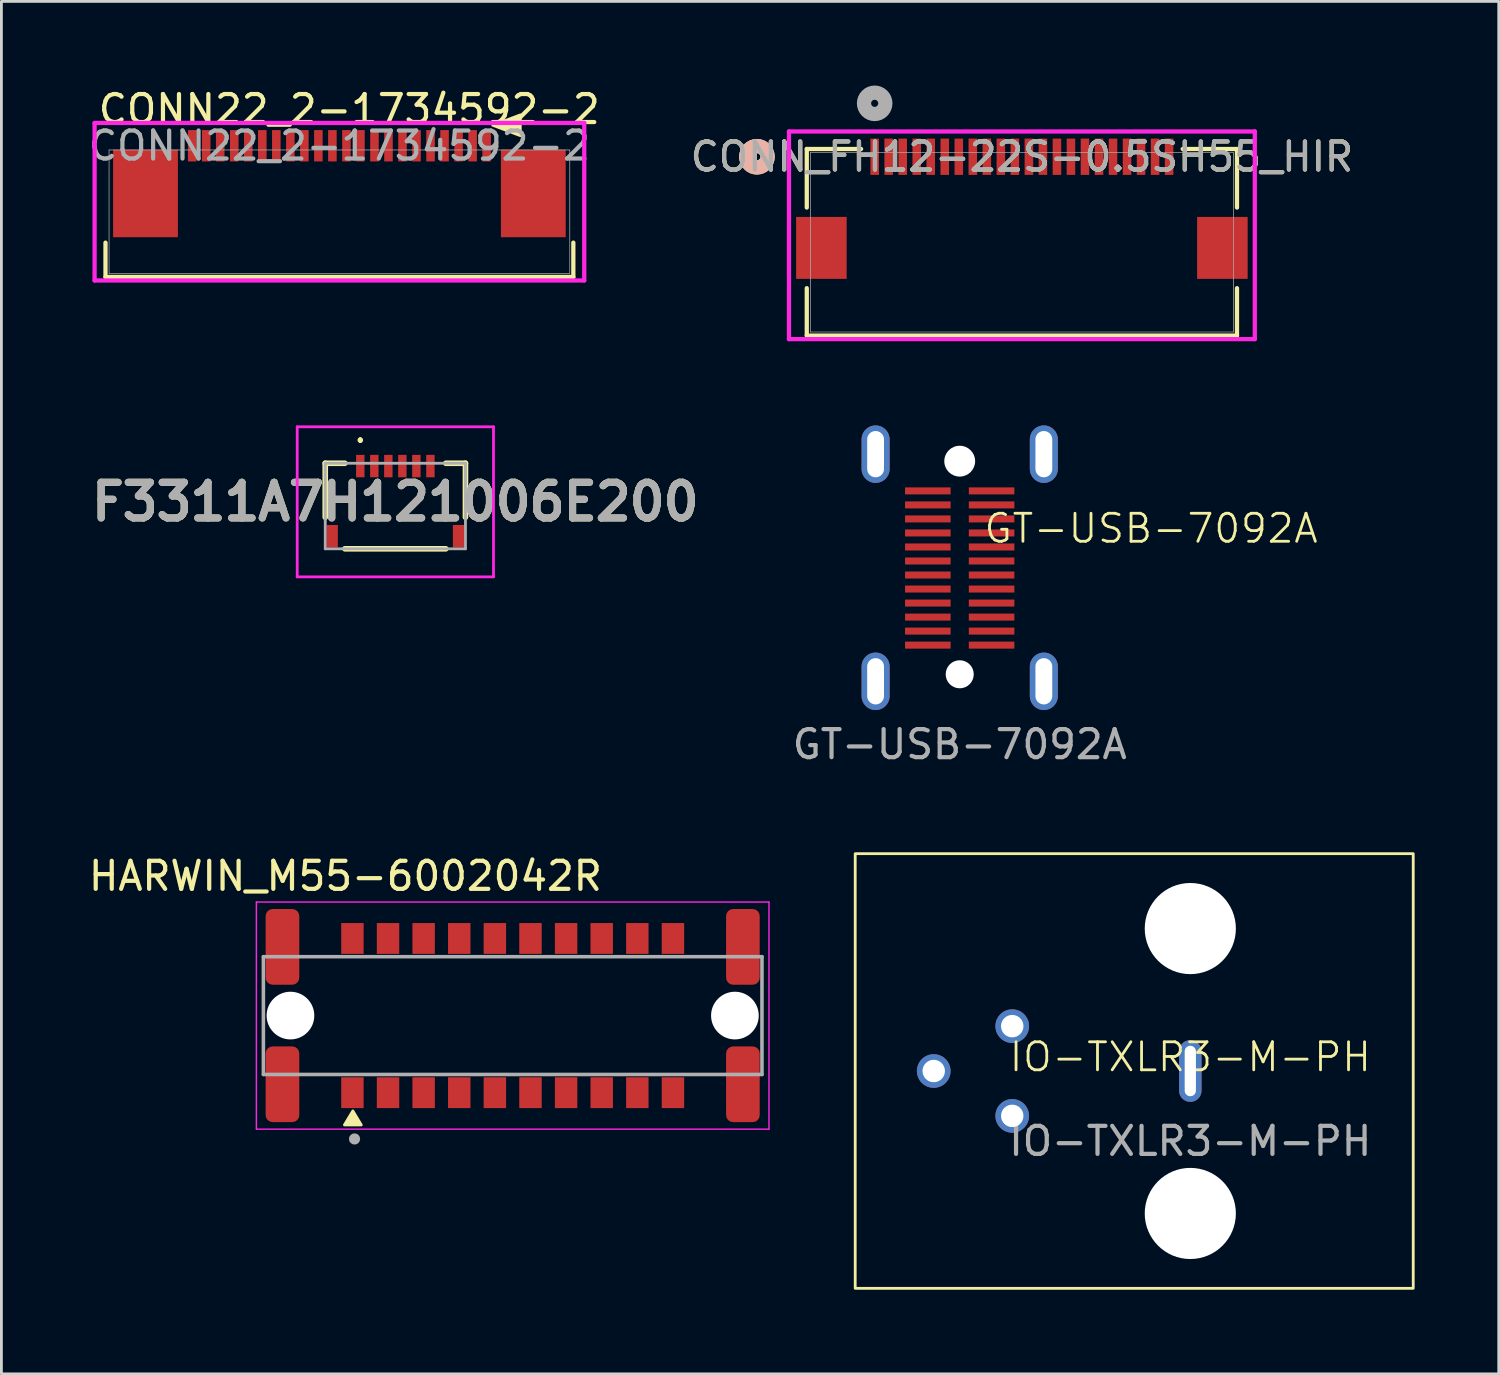
<source format=kicad_pcb>
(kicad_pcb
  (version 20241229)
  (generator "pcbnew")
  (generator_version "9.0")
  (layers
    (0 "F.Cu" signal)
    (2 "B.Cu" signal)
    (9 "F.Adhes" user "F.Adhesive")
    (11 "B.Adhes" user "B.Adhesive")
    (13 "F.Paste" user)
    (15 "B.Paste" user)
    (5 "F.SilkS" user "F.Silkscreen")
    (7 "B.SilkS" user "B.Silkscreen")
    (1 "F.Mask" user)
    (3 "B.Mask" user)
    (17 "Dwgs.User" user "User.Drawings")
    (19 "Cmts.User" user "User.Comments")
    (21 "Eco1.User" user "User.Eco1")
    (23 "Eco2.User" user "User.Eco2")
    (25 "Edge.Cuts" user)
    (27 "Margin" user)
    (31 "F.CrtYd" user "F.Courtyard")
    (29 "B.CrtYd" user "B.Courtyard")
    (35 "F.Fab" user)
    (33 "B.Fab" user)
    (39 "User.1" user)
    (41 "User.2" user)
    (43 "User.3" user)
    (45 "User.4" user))
  (footprint "HARWIN_M55-6002042R"
    (layer "F.Cu")
    (at 15.233 33.167)
    (property "Reference" "HARWIN_M55-6002042R" (at -5.965 -4.975 0) (layer "F.SilkS") (effects (font (size 1 1) (thickness 0.15))))
    (attr smd)
    (fp_poly (pts (xy -5.7 3.4) (xy -6 3.9) (xy -5.4 3.9)) (stroke (width 0.1) (type solid)) (fill yes) (layer "F.SilkS"))
    (fp_line (start -9.14 -4.05) (end -9.14 4.05) (stroke (width 0.05) (type solid)) (layer "F.CrtYd"))
    (fp_line (start -9.14 4.05) (end 9.14 4.05) (stroke (width 0.05) (type solid)) (layer "F.CrtYd"))
    (fp_line (start 9.14 -4.05) (end -9.14 -4.05) (stroke (width 0.05) (type solid)) (layer "F.CrtYd"))
    (fp_line (start 9.14 4.05) (end 9.14 -4.05) (stroke (width 0.05) (type solid)) (layer "F.CrtYd"))
    (fp_line (start -8.89 -2.1) (end -8.89 2.1) (stroke (width 0.127) (type solid)) (layer "F.Fab"))
    (fp_line (start -8.89 2.1) (end 8.89 2.1) (stroke (width 0.127) (type solid)) (layer "F.Fab"))
    (fp_line (start 8.89 -2.1) (end -8.89 -2.1) (stroke (width 0.127) (type solid)) (layer "F.Fab"))
    (fp_line (start 8.89 2.1) (end 8.89 -2.1) (stroke (width 0.127) (type solid)) (layer "F.Fab"))
    (fp_circle (center -5.64 4.4) (end -5.54 4.4) (stroke (width 0.2) (type solid)) (fill no) (layer "F.Fab"))
    (pad "" np_thru_hole circle (at -7.925 0) (size 1.7 1.7) (drill 1.7) (layers "*.Cu" "*.Mask"))
    (pad "" np_thru_hole circle (at 7.925 0) (size 1.7 1.7) (drill 1.7) (layers "*.Cu" "*.Mask"))
    (pad "A1" smd rect (at -5.715 2.75) (size 0.8 1.1) (layers "F.Cu" "F.Mask" "F.Paste"))
    (pad "A2" smd rect (at -4.445 2.75) (size 0.8 1.1) (layers "F.Cu" "F.Mask" "F.Paste"))
    (pad "A3" smd rect (at -3.175 2.75) (size 0.8 1.1) (layers "F.Cu" "F.Mask" "F.Paste"))
    (pad "A4" smd rect (at -1.905 2.75) (size 0.8 1.1) (layers "F.Cu" "F.Mask" "F.Paste"))
    (pad "A5" smd rect (at -0.635 2.75) (size 0.8 1.1) (layers "F.Cu" "F.Mask" "F.Paste"))
    (pad "A6" smd rect (at 0.635 2.75) (size 0.8 1.1) (layers "F.Cu" "F.Mask" "F.Paste"))
    (pad "A7" smd rect (at 1.905 2.75) (size 0.8 1.1) (layers "F.Cu" "F.Mask" "F.Paste"))
    (pad "A8" smd rect (at 3.175 2.75) (size 0.8 1.1) (layers "F.Cu" "F.Mask" "F.Paste"))
    (pad "A9" smd rect (at 4.445 2.75) (size 0.8 1.1) (layers "F.Cu" "F.Mask" "F.Paste"))
    (pad "A10" smd rect (at 5.715 2.75) (size 0.8 1.1) (layers "F.Cu" "F.Mask" "F.Paste"))
    (pad "B1" smd rect (at -5.715 -2.75) (size 0.8 1.1) (layers "F.Cu" "F.Mask" "F.Paste"))
    (pad "B2" smd rect (at -4.445 -2.75) (size 0.8 1.1) (layers "F.Cu" "F.Mask" "F.Paste"))
    (pad "B3" smd rect (at -3.175 -2.75) (size 0.8 1.1) (layers "F.Cu" "F.Mask" "F.Paste"))
    (pad "B4" smd rect (at -1.905 -2.75) (size 0.8 1.1) (layers "F.Cu" "F.Mask" "F.Paste"))
    (pad "B5" smd rect (at -0.635 -2.75) (size 0.8 1.1) (layers "F.Cu" "F.Mask" "F.Paste"))
    (pad "B6" smd rect (at 0.635 -2.75) (size 0.8 1.1) (layers "F.Cu" "F.Mask" "F.Paste"))
    (pad "B7" smd rect (at 1.905 -2.75) (size 0.8 1.1) (layers "F.Cu" "F.Mask" "F.Paste"))
    (pad "B8" smd rect (at 3.175 -2.75) (size 0.8 1.1) (layers "F.Cu" "F.Mask" "F.Paste"))
    (pad "B9" smd rect (at 4.445 -2.75) (size 0.8 1.1) (layers "F.Cu" "F.Mask" "F.Paste"))
    (pad "B10" smd rect (at 5.715 -2.75) (size 0.8 1.1) (layers "F.Cu" "F.Mask" "F.Paste"))
    (pad "MP1" smd roundrect (at -8.21 2.45) (size 1.2 2.7) (layers "F.Cu" "F.Mask" "F.Paste") (roundrect_rratio 0.208))
    (pad "MP2" smd roundrect (at -8.21 -2.45) (size 1.2 2.7) (layers "F.Cu" "F.Mask" "F.Paste") (roundrect_rratio 0.208))
    (pad "MP3" smd roundrect (at 8.21 2.45) (size 1.2 2.7) (layers "F.Cu" "F.Mask" "F.Paste") (roundrect_rratio 0.208))
    (pad "MP4" smd roundrect (at 8.21 -2.45) (size 1.2 2.7) (layers "F.Cu" "F.Mask" "F.Paste") (roundrect_rratio 0.208)))
  (footprint "CONN_FH12-22S-0.5SH55_HIR"
    (layer "F.Cu")
    (at 33.392 5.59)
    (property "Reference" "CONN_FH12-22S-0.5SH55_HIR" (at 0 -3.05 0) (unlocked yes) (layer "F.SilkS") (effects (font (size 1 1) (thickness 0.15))))
    (attr smd)
    (fp_line (start -7.671 -3.327) (end -7.671 -1.238) (stroke (width 0.152) (type solid)) (layer "F.SilkS"))
    (fp_line (start -7.671 1.637) (end -7.671 3.327) (stroke (width 0.152) (type solid)) (layer "F.SilkS"))
    (fp_line (start -7.671 3.327) (end 7.671 3.327) (stroke (width 0.152) (type solid)) (layer "F.SilkS"))
    (fp_line (start -5.735 -3.327) (end -7.671 -3.327) (stroke (width 0.152) (type solid)) (layer "F.SilkS"))
    (fp_line (start 7.671 -3.327) (end 5.735 -3.327) (stroke (width 0.152) (type solid)) (layer "F.SilkS"))
    (fp_line (start 7.671 -1.238) (end 7.671 -3.327) (stroke (width 0.152) (type solid)) (layer "F.SilkS"))
    (fp_line (start 7.671 3.327) (end 7.671 1.637) (stroke (width 0.152) (type solid)) (layer "F.SilkS"))
    (fp_circle (center -9.449 -3.05) (end -9.068 -3.05) (stroke (width 0.508) (type solid)) (fill no) (layer "F.SilkS"))
    (fp_circle (center -9.449 -3.05) (end -9.068 -3.05) (stroke (width 0.508) (type solid)) (fill no) (layer "B.SilkS"))
    (fp_line (start -8.306 -3.952) (end -8.306 3.454) (stroke (width 0.152) (type solid)) (layer "F.CrtYd"))
    (fp_line (start -8.306 3.454) (end 8.306 3.454) (stroke (width 0.152) (type solid)) (layer "F.CrtYd"))
    (fp_line (start 8.306 -3.952) (end -8.306 -3.952) (stroke (width 0.152) (type solid)) (layer "F.CrtYd"))
    (fp_line (start 8.306 3.454) (end 8.306 -3.952) (stroke (width 0.152) (type solid)) (layer "F.CrtYd"))
    (fp_line (start -7.544 -3.2) (end -7.544 3.2) (stroke (width 0.025) (type solid)) (layer "F.Fab"))
    (fp_line (start -7.544 3.2) (end 7.544 3.2) (stroke (width 0.025) (type solid)) (layer "F.Fab"))
    (fp_line (start 7.544 -3.2) (end -7.544 -3.2) (stroke (width 0.025) (type solid)) (layer "F.Fab"))
    (fp_line (start 7.544 3.2) (end 7.544 -3.2) (stroke (width 0.025) (type solid)) (layer "F.Fab"))
    (fp_circle (center -5.25 -4.955) (end -4.869 -4.955) (stroke (width 0.508) (type solid)) (fill no) (layer "F.Fab"))
    (fp_text user "${REFERENCE}" (at 0 -3.05 0) (unlocked yes) (layer "F.Fab") (effects (font (size 1 1) (thickness 0.15))))
    (pad "1" smd rect (at -5.25 -3.05) (size 0.305 1.295) (layers "F.Cu" "F.Mask" "F.Paste"))
    (pad "2" smd rect (at -4.75 -3.05) (size 0.305 1.295) (layers "F.Cu" "F.Mask" "F.Paste"))
    (pad "3" smd rect (at -4.25 -3.05) (size 0.305 1.295) (layers "F.Cu" "F.Mask" "F.Paste"))
    (pad "4" smd rect (at -3.75 -3.05) (size 0.305 1.295) (layers "F.Cu" "F.Mask" "F.Paste"))
    (pad "5" smd rect (at -3.25 -3.05) (size 0.305 1.295) (layers "F.Cu" "F.Mask" "F.Paste"))
    (pad "6" smd rect (at -2.75 -3.05) (size 0.305 1.295) (layers "F.Cu" "F.Mask" "F.Paste"))
    (pad "7" smd rect (at -2.25 -3.05) (size 0.305 1.295) (layers "F.Cu" "F.Mask" "F.Paste"))
    (pad "8" smd rect (at -1.75 -3.05) (size 0.305 1.295) (layers "F.Cu" "F.Mask" "F.Paste"))
    (pad "9" smd rect (at -1.25 -3.05) (size 0.305 1.295) (layers "F.Cu" "F.Mask" "F.Paste"))
    (pad "10" smd rect (at -0.75 -3.05) (size 0.305 1.295) (layers "F.Cu" "F.Mask" "F.Paste"))
    (pad "11" smd rect (at -0.25 -3.05) (size 0.305 1.295) (layers "F.Cu" "F.Mask" "F.Paste"))
    (pad "12" smd rect (at 0.25 -3.05) (size 0.305 1.295) (layers "F.Cu" "F.Mask" "F.Paste"))
    (pad "13" smd rect (at 0.75 -3.05) (size 0.305 1.295) (layers "F.Cu" "F.Mask" "F.Paste"))
    (pad "14" smd rect (at 1.25 -3.05) (size 0.305 1.295) (layers "F.Cu" "F.Mask" "F.Paste"))
    (pad "15" smd rect (at 1.75 -3.05) (size 0.305 1.295) (layers "F.Cu" "F.Mask" "F.Paste"))
    (pad "16" smd rect (at 2.25 -3.05) (size 0.305 1.295) (layers "F.Cu" "F.Mask" "F.Paste"))
    (pad "17" smd rect (at 2.75 -3.05) (size 0.305 1.295) (layers "F.Cu" "F.Mask" "F.Paste"))
    (pad "18" smd rect (at 3.25 -3.05) (size 0.305 1.295) (layers "F.Cu" "F.Mask" "F.Paste"))
    (pad "19" smd rect (at 3.75 -3.05) (size 0.305 1.295) (layers "F.Cu" "F.Mask" "F.Paste"))
    (pad "20" smd rect (at 4.25 -3.05) (size 0.305 1.295) (layers "F.Cu" "F.Mask" "F.Paste"))
    (pad "21" smd rect (at 4.75 -3.05) (size 0.305 1.295) (layers "F.Cu" "F.Mask" "F.Paste"))
    (pad "22" smd rect (at 5.25 -3.05) (size 0.305 1.295) (layers "F.Cu" "F.Mask" "F.Paste"))
    (pad "23" smd rect (at -7.15 0.2) (size 1.803 2.21) (layers "F.Cu" "F.Mask" "F.Paste"))
    (pad "24" smd rect (at 7.15 0.2) (size 1.803 2.21) (layers "F.Cu" "F.Mask" "F.Paste")))
  (footprint "IO-TXLR3-M-PH"
    (layer "F.Cu")
    (at 39.398 35.144)
    (property "Reference" "IO-TXLR3-M-PH" (at 0 -0.5 0) (unlocked yes) (layer "F.SilkS") (effects (font (size 1 1) (thickness 0.1))))
    (attr through_hole)
    (fp_rect (start -11.95 -7.75) (end 7.95 7.75) (stroke (width 0.1) (type default)) (fill no) (layer "F.SilkS"))
    (fp_text user "${REFERENCE}" (at 0 2.5 0) (unlocked yes) (layer "F.Fab") (effects (font (size 1 1) (thickness 0.15))))
    (pad "" np_thru_hole circle (at 0 -5.08) (size 3.25 3.25) (drill 3.25) (layers "*.Cu" "*.Mask"))
    (pad "" np_thru_hole circle (at 0 5.08) (size 3.25 3.25) (drill 3.25) (layers "*.Cu" "*.Mask"))
    (pad "1" thru_hole circle (at -6.35 1.6) (size 1.2 1.2) (drill 0.8) (layers "*.Cu" "*.Mask"))
    (pad "2" thru_hole circle (at -9.15 0) (size 1.2 1.2) (drill 0.8) (layers "*.Cu" "*.Mask"))
    (pad "3" thru_hole circle (at -6.35 -1.6) (size 1.2 1.2) (drill 0.8) (layers "*.Cu" "*.Mask"))
    (pad "SHIELD" thru_hole oval (at 0 0) (size 0.8 2.2) (drill oval 0.4 1.8) (layers "*.Cu" "*.Mask")))
  (footprint "CONN22_2-1734592-2"
    (layer "F.Cu")
    (at 3.804 2.148)
    (property "Reference" "CONN22_2-1734592-2" (at 5.6 -1.3 0) (unlocked yes) (layer "F.SilkS") (effects (font (size 1 1) (thickness 0.15))))
    (attr smd)
    (fp_line (start -3.092 3.455) (end -3.092 4.677) (stroke (width 0.152) (type solid)) (layer "F.SilkS"))
    (fp_line (start -3.092 4.677) (end 13.592 4.677) (stroke (width 0.152) (type solid)) (layer "F.SilkS"))
    (fp_line (start 13.592 4.677) (end 13.592 3.455) (stroke (width 0.152) (type solid)) (layer "F.SilkS"))
    (fp_poly (pts (xy 10.717 -0.731) (xy 11.7 -1.1) (xy 11.7 -0.362)) (stroke (width 0.1) (type solid)) (fill yes) (layer "F.SilkS"))
    (fp_line (start -3.481 -0.813) (end -3.481 4.804) (stroke (width 0.152) (type solid)) (layer "F.CrtYd"))
    (fp_line (start -3.481 4.804) (end 13.981 4.804) (stroke (width 0.152) (type solid)) (layer "F.CrtYd"))
    (fp_line (start 13.981 -0.813) (end -3.481 -0.813) (stroke (width 0.152) (type solid)) (layer "F.CrtYd"))
    (fp_line (start 13.981 4.804) (end 13.981 -0.813) (stroke (width 0.152) (type solid)) (layer "F.CrtYd"))
    (fp_line (start -2.965 0.15) (end -2.965 4.55) (stroke (width 0.025) (type solid)) (layer "F.Fab"))
    (fp_line (start -2.965 4.55) (end 13.465 4.55) (stroke (width 0.025) (type solid)) (layer "F.Fab"))
    (fp_line (start 13.465 0.15) (end -2.965 0.15) (stroke (width 0.025) (type solid)) (layer "F.Fab"))
    (fp_line (start 13.465 4.55) (end 13.465 0.15) (stroke (width 0.025) (type solid)) (layer "F.Fab"))
    (fp_text user "${REFERENCE}" (at 5.25 0 0) (unlocked yes) (layer "F.Fab") (effects (font (size 1 1) (thickness 0.15))))
    (pad "1" smd rect (at 10.5 0) (size 0.305 1.118) (layers "F.Cu" "F.Mask" "F.Paste"))
    (pad "2" smd rect (at 10 0) (size 0.305 1.118) (layers "F.Cu" "F.Mask" "F.Paste"))
    (pad "3" smd rect (at 9.5 0) (size 0.305 1.118) (layers "F.Cu" "F.Mask" "F.Paste"))
    (pad "4" smd rect (at 9 0) (size 0.305 1.118) (layers "F.Cu" "F.Mask" "F.Paste"))
    (pad "5" smd rect (at 8.5 0) (size 0.305 1.118) (layers "F.Cu" "F.Mask" "F.Paste"))
    (pad "6" smd rect (at 8 0) (size 0.305 1.118) (layers "F.Cu" "F.Mask" "F.Paste"))
    (pad "7" smd rect (at 7.5 0) (size 0.305 1.118) (layers "F.Cu" "F.Mask" "F.Paste"))
    (pad "8" smd rect (at 7 0) (size 0.305 1.118) (layers "F.Cu" "F.Mask" "F.Paste"))
    (pad "9" smd rect (at 6.5 0) (size 0.305 1.118) (layers "F.Cu" "F.Mask" "F.Paste"))
    (pad "10" smd rect (at 6 0) (size 0.305 1.118) (layers "F.Cu" "F.Mask" "F.Paste"))
    (pad "11" smd rect (at 5.5 0) (size 0.305 1.118) (layers "F.Cu" "F.Mask" "F.Paste"))
    (pad "12" smd rect (at 5 0) (size 0.305 1.118) (layers "F.Cu" "F.Mask" "F.Paste"))
    (pad "13" smd rect (at 4.5 0) (size 0.305 1.118) (layers "F.Cu" "F.Mask" "F.Paste"))
    (pad "14" smd rect (at 4 0) (size 0.305 1.118) (layers "F.Cu" "F.Mask" "F.Paste"))
    (pad "15" smd rect (at 3.5 0) (size 0.305 1.118) (layers "F.Cu" "F.Mask" "F.Paste"))
    (pad "16" smd rect (at 3 0) (size 0.305 1.118) (layers "F.Cu" "F.Mask" "F.Paste"))
    (pad "17" smd rect (at 2.5 0) (size 0.305 1.118) (layers "F.Cu" "F.Mask" "F.Paste"))
    (pad "18" smd rect (at 2 0) (size 0.305 1.118) (layers "F.Cu" "F.Mask" "F.Paste"))
    (pad "19" smd rect (at 1.5 0) (size 0.305 1.118) (layers "F.Cu" "F.Mask" "F.Paste"))
    (pad "20" smd rect (at 1 0) (size 0.305 1.118) (layers "F.Cu" "F.Mask" "F.Paste"))
    (pad "21" smd rect (at 0.5 0) (size 0.305 1.118) (layers "F.Cu" "F.Mask" "F.Paste"))
    (pad "22" smd rect (at 0 0) (size 0.305 1.118) (layers "F.Cu" "F.Mask" "F.Paste"))
    (pad "23" smd rect (at -1.665 1.7 90) (size 3.124 2.311) (layers "F.Cu" "F.Mask" "F.Paste"))
    (pad "24" smd rect (at 12.165 1.7 90) (size 3.124 2.311) (layers "F.Cu" "F.Mask" "F.Paste")))
  (footprint "GT-USB-7092A"
    (layer "F.Cu")
    (at 31.175 20.996)
    (property "Reference" "GT-USB-7092A" (at 6.825 -5.2 0) (unlocked yes) (layer "F.SilkS") (effects (font (size 1 1) (thickness 0.1))))
    (fp_text user "${REFERENCE}" (at 0 2.5 0) (unlocked yes) (layer "F.Fab") (effects (font (size 1 1) (thickness 0.15))))
    (pad "" np_thru_hole circle (at 0 -7.6) (size 1.1 1.1) (drill 1.1) (layers "*.Cu" "*.Mask"))
    (pad "" np_thru_hole circle (at 0 0) (size 1 1) (drill 1) (layers "*.Cu" "*.Mask"))
    (pad "A1" smd rect (at 1.137 -6.54) (size 1.625 0.25) (layers "F.Cu" "F.Mask" "F.Paste"))
    (pad "A2" smd rect (at 1.137 -6.04) (size 1.625 0.25) (layers "F.Cu" "F.Mask" "F.Paste"))
    (pad "A3" smd rect (at 1.137 -5.54) (size 1.625 0.25) (layers "F.Cu" "F.Mask" "F.Paste"))
    (pad "A4" smd rect (at 1.137 -5.04) (size 1.625 0.25) (layers "F.Cu" "F.Mask" "F.Paste"))
    (pad "A5" smd rect (at 1.137 -4.54) (size 1.625 0.25) (layers "F.Cu" "F.Mask" "F.Paste"))
    (pad "A6" smd rect (at 1.137 -4.04) (size 1.625 0.25) (layers "F.Cu" "F.Mask" "F.Paste"))
    (pad "A7" smd rect (at 1.137 -3.54) (size 1.625 0.25) (layers "F.Cu" "F.Mask" "F.Paste"))
    (pad "A8" smd rect (at 1.137 -3.04) (size 1.625 0.25) (layers "F.Cu" "F.Mask" "F.Paste"))
    (pad "A9" smd rect (at 1.137 -2.54) (size 1.625 0.25) (layers "F.Cu" "F.Mask" "F.Paste"))
    (pad "A10" smd rect (at 1.137 -2.04) (size 1.625 0.25) (layers "F.Cu" "F.Mask" "F.Paste"))
    (pad "A11" smd rect (at 1.137 -1.54) (size 1.625 0.25) (layers "F.Cu" "F.Mask" "F.Paste"))
    (pad "A12" smd rect (at 1.137 -1.04) (size 1.625 0.25) (layers "F.Cu" "F.Mask" "F.Paste"))
    (pad "B1" smd rect (at -1.137 -1.04) (size 1.625 0.25) (layers "F.Cu" "F.Mask" "F.Paste"))
    (pad "B2" smd rect (at -1.137 -1.54) (size 1.625 0.25) (layers "F.Cu" "F.Mask" "F.Paste"))
    (pad "B3" smd rect (at -1.137 -2.04) (size 1.625 0.25) (layers "F.Cu" "F.Mask" "F.Paste"))
    (pad "B4" smd rect (at -1.137 -2.54) (size 1.625 0.25) (layers "F.Cu" "F.Mask" "F.Paste"))
    (pad "B5" smd rect (at -1.137 -3.04) (size 1.625 0.25) (layers "F.Cu" "F.Mask" "F.Paste"))
    (pad "B6" smd rect (at -1.137 -3.54) (size 1.625 0.25) (layers "F.Cu" "F.Mask" "F.Paste"))
    (pad "B7" smd rect (at -1.137 -4.04) (size 1.625 0.25) (layers "F.Cu" "F.Mask" "F.Paste"))
    (pad "B8" smd rect (at -1.137 -4.54) (size 1.625 0.25) (layers "F.Cu" "F.Mask" "F.Paste"))
    (pad "B9" smd rect (at -1.137 -5.04) (size 1.625 0.25) (layers "F.Cu" "F.Mask" "F.Paste"))
    (pad "B10" smd rect (at -1.137 -5.54 180) (size 1.625 0.25) (layers "F.Cu" "F.Mask" "F.Paste"))
    (pad "B11" smd rect (at -1.137 -6.04) (size 1.625 0.25) (layers "F.Cu" "F.Mask" "F.Paste"))
    (pad "B12" smd rect (at -1.137 -6.54) (size 1.625 0.25) (layers "F.Cu" "F.Mask" "F.Paste"))
    (pad "S1" thru_hole oval (at -3 -7.85) (size 1 2.05) (drill oval 0.6 1.65) (layers "*.Cu" "*.Mask"))
    (pad "S2" thru_hole oval (at 3 -7.85) (size 1 2.05) (drill oval 0.6 1.65) (layers "*.Cu" "*.Mask"))
    (pad "S3" thru_hole oval (at -3 0.25) (size 1 2.05) (drill oval 0.6 1.65) (layers "*.Cu" "*.Mask"))
    (pad "S4" thru_hole oval (at 3 0.25) (size 1 2.05) (drill oval 0.6 1.65) (layers "*.Cu" "*.Mask")))
  (footprint "F3311A7H121006E200"
    (layer "F.Cu")
    (at 11.049 14.996)
    (property "Reference" "F3311A7H121006E200" (at 0 -0.15 0) (layer "F.SilkS") (effects (font (size 1.27 1.27) (thickness 0.254))))
    (attr smd)
    (fp_line (start -2.5 -1.525) (end -2.5 0.4) (stroke (width 0.2) (type solid)) (layer "F.SilkS"))
    (fp_line (start -1.8 -1.525) (end -2.5 -1.525) (stroke (width 0.2) (type solid)) (layer "F.SilkS"))
    (fp_line (start -1.8 1.525) (end 1.8 1.525) (stroke (width 0.2) (type solid)) (layer "F.SilkS"))
    (fp_line (start -1.25 -2.4) (end -1.25 -2.4) (stroke (width 0.1) (type solid)) (layer "F.SilkS"))
    (fp_line (start -1.25 -2.3) (end -1.25 -2.3) (stroke (width 0.1) (type solid)) (layer "F.SilkS"))
    (fp_line (start 1.8 -1.525) (end 2.5 -1.525) (stroke (width 0.2) (type solid)) (layer "F.SilkS"))
    (fp_line (start 2.5 -1.525) (end 2.5 0.4) (stroke (width 0.2) (type solid)) (layer "F.SilkS"))
    (fp_arc (start -1.25 -2.4) (mid -1.2 -2.35) (end -1.25 -2.3) (stroke (width 0.1) (type solid)) (layer "F.SilkS"))
    (fp_arc (start -1.25 -2.3) (mid -1.3 -2.35) (end -1.25 -2.4) (stroke (width 0.1) (type solid)) (layer "F.SilkS"))
    (fp_line (start -3.5 -2.825) (end 3.5 -2.825) (stroke (width 0.1) (type solid)) (layer "F.CrtYd"))
    (fp_line (start -3.5 2.525) (end -3.5 -2.825) (stroke (width 0.1) (type solid)) (layer "F.CrtYd"))
    (fp_line (start 3.5 -2.825) (end 3.5 2.525) (stroke (width 0.1) (type solid)) (layer "F.CrtYd"))
    (fp_line (start 3.5 2.525) (end -3.5 2.525) (stroke (width 0.1) (type solid)) (layer "F.CrtYd"))
    (fp_line (start -2.5 -1.525) (end 2.5 -1.525) (stroke (width 0.1) (type solid)) (layer "F.Fab"))
    (fp_line (start -2.5 1.525) (end -2.5 -1.525) (stroke (width 0.1) (type solid)) (layer "F.Fab"))
    (fp_line (start 2.5 -1.525) (end 2.5 1.525) (stroke (width 0.1) (type solid)) (layer "F.Fab"))
    (fp_line (start 2.5 1.525) (end -2.5 1.525) (stroke (width 0.1) (type solid)) (layer "F.Fab"))
    (fp_text user "${REFERENCE}" (at 0 -0.15 0) (layer "F.Fab") (effects (font (size 1.27 1.27) (thickness 0.254))))
    (pad "1" smd rect (at -1.25 -1.425) (size 0.3 0.8) (layers "F.Cu" "F.Mask" "F.Paste"))
    (pad "2" smd rect (at -0.75 -1.425) (size 0.3 0.8) (layers "F.Cu" "F.Mask" "F.Paste"))
    (pad "3" smd rect (at -0.25 -1.425) (size 0.3 0.8) (layers "F.Cu" "F.Mask" "F.Paste"))
    (pad "4" smd rect (at 0.25 -1.425) (size 0.3 0.8) (layers "F.Cu" "F.Mask" "F.Paste"))
    (pad "5" smd rect (at 0.75 -1.425) (size 0.3 0.8) (layers "F.Cu" "F.Mask" "F.Paste"))
    (pad "6" smd rect (at 1.25 -1.425) (size 0.3 0.8) (layers "F.Cu" "F.Mask" "F.Paste"))
    (pad "7" smd rect (at -2.25 1.075) (size 0.4 0.8) (layers "F.Cu" "F.Mask" "F.Paste"))
    (pad "8" smd rect (at 2.25 1.075) (size 0.4 0.8) (layers "F.Cu" "F.Mask" "F.Paste")))
  (gr_rect
    (start -3 -3)
    (end 50.398 45.944)
    (stroke (width 0.1) (type default))
    (fill no)
    (layer "Edge.Cuts")))
</source>
